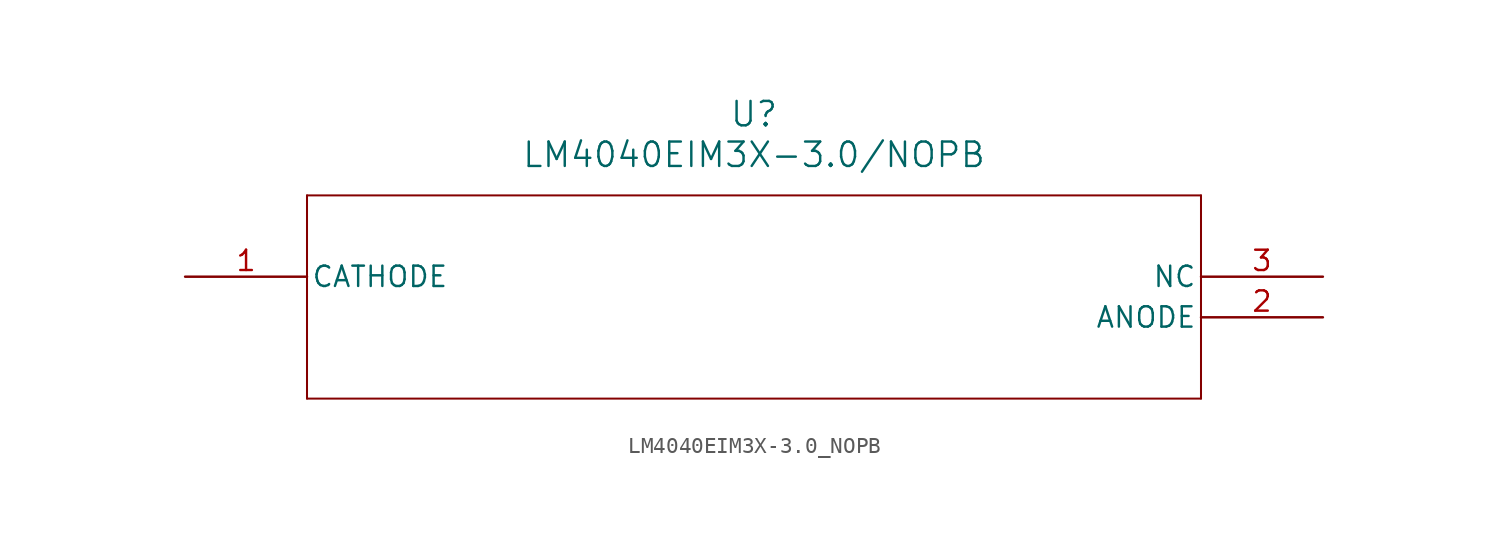
<source format=kicad_sym>
(kicad_symbol_lib
  (version 20211014)
  (generator kicad_symbol_editor)
  (symbol "LM4040EIM3X-3.0_NOPB"
    (pin_names
      (offset 0.254))
    (property "Reference" "U"
      (at 35.56 10.16 0)
      (effects (font (size 1.524 1.524))))
    (property "Value" "LM4040EIM3X-3.0/NOPB"
      (at 35.56 7.62 0)
      (effects (font (size 1.524 1.524))))
    (symbol "LM4040EIM3X-3.0_NOPB_0_1"
      (polyline (pts (xy 7.62 5.08) (xy 7.62 -7.62)) (stroke (width 0.127) (type default) (color 0 0 0 0)) (fill (type none)))
      (polyline (pts (xy 7.62 -7.62) (xy 63.5 -7.62)) (stroke (width 0.127) (type default) (color 0 0 0 0)) (fill (type none)))
      (polyline (pts (xy 63.5 -7.62) (xy 63.5 5.08)) (stroke (width 0.127) (type default) (color 0 0 0 0)) (fill (type none)))
      (polyline (pts (xy 63.5 5.08) (xy 7.62 5.08)) (stroke (width 0.127) (type default) (color 0 0 0 0)) (fill (type none)))
      (pin unspecified line (at 0 0 0) (length 7.62) (name "CATHODE" (effects (font (size 1.27 1.27)))) (number "1" (effects (font (size 1.27 1.27)))))
      (pin unspecified line (at 71.12 -2.54 180) (length 7.62) (name "ANODE" (effects (font (size 1.27 1.27)))) (number "2" (effects (font (size 1.27 1.27)))))
      (pin unspecified line (at 71.12 0 180) (length 7.62) (name "NC" (effects (font (size 1.27 1.27)))) (number "3" (effects (font (size 1.27 1.27))))))))
</source>
